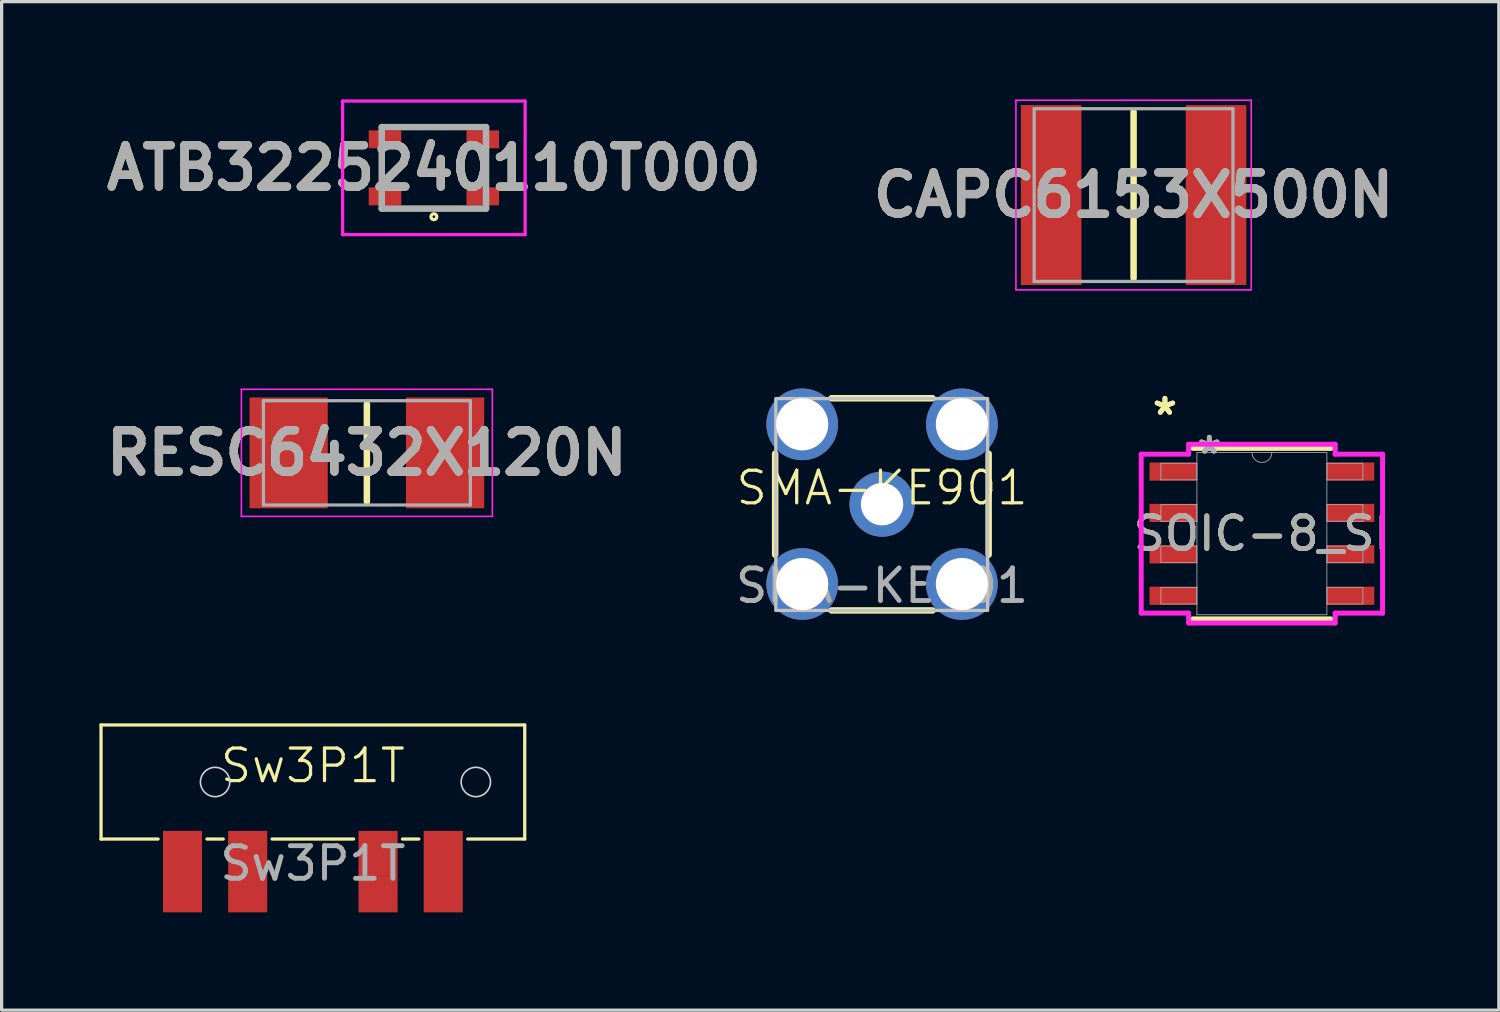
<source format=kicad_pcb>
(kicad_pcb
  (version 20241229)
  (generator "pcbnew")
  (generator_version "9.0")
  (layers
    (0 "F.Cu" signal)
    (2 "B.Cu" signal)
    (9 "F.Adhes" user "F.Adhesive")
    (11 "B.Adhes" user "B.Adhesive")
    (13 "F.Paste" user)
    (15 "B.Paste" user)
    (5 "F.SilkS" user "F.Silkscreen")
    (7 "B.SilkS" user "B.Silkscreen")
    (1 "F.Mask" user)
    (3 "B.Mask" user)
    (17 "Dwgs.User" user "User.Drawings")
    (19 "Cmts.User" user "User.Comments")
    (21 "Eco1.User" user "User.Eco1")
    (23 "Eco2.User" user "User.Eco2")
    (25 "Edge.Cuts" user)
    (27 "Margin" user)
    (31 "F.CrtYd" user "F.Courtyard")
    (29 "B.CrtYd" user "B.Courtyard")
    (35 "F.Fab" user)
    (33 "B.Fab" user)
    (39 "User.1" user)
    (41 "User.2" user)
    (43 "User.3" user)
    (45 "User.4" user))
  (footprint "RESC6432X120N"
    (layer "F.Cu")
    (at 8.207 10.845)
    (property "Reference" "RESC6432X120N" (at 0 0 0) (layer "F.SilkS") (effects (font (size 1.27 1.27) (thickness 0.254))))
    (attr smd)
    (fp_line (start 0 -1.5) (end 0 1.5) (stroke (width 0.2) (type solid)) (layer "F.SilkS"))
    (fp_line (start -3.85 -1.95) (end 3.85 -1.95) (stroke (width 0.05) (type solid)) (layer "F.CrtYd"))
    (fp_line (start -3.85 1.95) (end -3.85 -1.95) (stroke (width 0.05) (type solid)) (layer "F.CrtYd"))
    (fp_line (start 3.85 -1.95) (end 3.85 1.95) (stroke (width 0.05) (type solid)) (layer "F.CrtYd"))
    (fp_line (start 3.85 1.95) (end -3.85 1.95) (stroke (width 0.05) (type solid)) (layer "F.CrtYd"))
    (fp_line (start -3.175 -1.6) (end 3.175 -1.6) (stroke (width 0.1) (type solid)) (layer "F.Fab"))
    (fp_line (start -3.175 1.6) (end -3.175 -1.6) (stroke (width 0.1) (type solid)) (layer "F.Fab"))
    (fp_line (start 3.175 -1.6) (end 3.175 1.6) (stroke (width 0.1) (type solid)) (layer "F.Fab"))
    (fp_line (start 3.175 1.6) (end -3.175 1.6) (stroke (width 0.1) (type solid)) (layer "F.Fab"))
    (fp_text user "${REFERENCE}" (at 0 0 0) (layer "F.Fab") (effects (font (size 1.27 1.27) (thickness 0.254))))
    (pad "1" smd rect (at -2.4 0) (size 2.4 3.4) (layers "F.Cu" "F.Mask" "F.Paste"))
    (pad "2" smd rect (at 2.4 0) (size 2.4 3.4) (layers "F.Cu" "F.Mask" "F.Paste")))
  (footprint "Sw3P1T"
    (layer "F.Cu")
    (at 6.55 20.944)
    (property "Reference" "Sw3P1T" (at 0 -0.5 0) (unlocked yes) (layer "F.SilkS") (effects (font (size 1 1) (thickness 0.1))))
    (attr through_hole)
    (fp_line (start -6.5 -1.75) (end -6.5 1.75) (stroke (width 0.1) (type default)) (layer "F.SilkS"))
    (fp_line (start -4.75 1.75) (end -6.5 1.75) (stroke (width 0.1) (type default)) (layer "F.SilkS"))
    (fp_line (start -2.75 1.75) (end -3.25 1.75) (stroke (width 0.1) (type default)) (layer "F.SilkS"))
    (fp_line (start 1.25 1.75) (end -1.25 1.75) (stroke (width 0.1) (type default)) (layer "F.SilkS"))
    (fp_line (start 3.25 1.75) (end 2.75 1.75) (stroke (width 0.1) (type default)) (layer "F.SilkS"))
    (fp_line (start 6.5 -1.75) (end -6.5 -1.75) (stroke (width 0.1) (type default)) (layer "F.SilkS"))
    (fp_line (start 6.5 -1.75) (end 6.5 1.75) (stroke (width 0.1) (type default)) (layer "F.SilkS"))
    (fp_line (start 6.5 1.75) (end 4.75 1.75) (stroke (width 0.1) (type default)) (layer "F.SilkS"))
    (fp_circle (center -3 0) (end -2.55 0) (stroke (width 0.05) (type solid)) (fill no) (layer "Edge.Cuts"))
    (fp_circle (center 5 0) (end 5.45 0) (stroke (width 0.05) (type solid)) (fill no) (layer "Edge.Cuts"))
    (fp_text user "${REFERENCE}" (at 0 2.5 0) (unlocked yes) (layer "F.Fab") (effects (font (size 1 1) (thickness 0.15))))
    (pad "1" smd rect (at -4 2.75) (size 1.2 2.5) (layers "F.Cu" "F.Mask" "F.Paste"))
    (pad "2" smd rect (at -2 2.75) (size 1.2 2.5) (layers "F.Cu" "F.Mask" "F.Paste"))
    (pad "3" smd rect (at 2 2.75) (size 1.2 2.5) (layers "F.Cu" "F.Mask" "F.Paste"))
    (pad "4" smd rect (at 4 2.75) (size 1.2 2.5) (layers "F.Cu" "F.Mask" "F.Paste")))
  (footprint "CAPC6153X500N"
    (layer "F.Cu")
    (at 31.732 2.935)
    (property "Reference" "CAPC6153X500N" (at 0 0 0) (layer "F.SilkS") (effects (font (size 1.27 1.27) (thickness 0.254))))
    (attr smd)
    (fp_line (start 0 -2.55) (end 0 2.55) (stroke (width 0.2) (type solid)) (layer "F.SilkS"))
    (fp_line (start -3.61 -2.91) (end 3.61 -2.91) (stroke (width 0.05) (type solid)) (layer "F.CrtYd"))
    (fp_line (start -3.61 2.91) (end -3.61 -2.91) (stroke (width 0.05) (type solid)) (layer "F.CrtYd"))
    (fp_line (start 3.61 -2.91) (end 3.61 2.91) (stroke (width 0.05) (type solid)) (layer "F.CrtYd"))
    (fp_line (start 3.61 2.91) (end -3.61 2.91) (stroke (width 0.05) (type solid)) (layer "F.CrtYd"))
    (fp_line (start -3.05 -2.65) (end 3.05 -2.65) (stroke (width 0.1) (type solid)) (layer "F.Fab"))
    (fp_line (start -3.05 2.65) (end -3.05 -2.65) (stroke (width 0.1) (type solid)) (layer "F.Fab"))
    (fp_line (start 3.05 -2.65) (end 3.05 2.65) (stroke (width 0.1) (type solid)) (layer "F.Fab"))
    (fp_line (start 3.05 2.65) (end -3.05 2.65) (stroke (width 0.1) (type solid)) (layer "F.Fab"))
    (fp_text user "${REFERENCE}" (at 0 0 0) (layer "F.Fab") (effects (font (size 1.27 1.27) (thickness 0.254))))
    (pad "1" smd rect (at -2.53 0) (size 1.86 5.52) (layers "F.Cu" "F.Mask" "F.Paste"))
    (pad "2" smd rect (at 2.53 0) (size 1.86 5.52) (layers "F.Cu" "F.Mask" "F.Paste")))
  (footprint "ATB3225240110T000"
    (layer "F.Cu")
    (at 10.263 2.1)
    (property "Reference" "ATB3225240110T000" (at 0 0 0) (layer "F.SilkS") (effects (font (size 1.27 1.27) (thickness 0.254))))
    (attr smd)
    (fp_line (start -1.6 0.5) (end -1.6 -0.5) (stroke (width 0.1) (type solid)) (layer "F.SilkS"))
    (fp_line (start -0.5 -1.25) (end 0.5 -1.25) (stroke (width 0.1) (type solid)) (layer "F.SilkS"))
    (fp_line (start -0.5 1.25) (end 0.5 1.25) (stroke (width 0.1) (type solid)) (layer "F.SilkS"))
    (fp_line (start 1.6 0.5) (end 1.6 -0.5) (stroke (width 0.1) (type solid)) (layer "F.SilkS"))
    (fp_circle (center 0 1.5) (end 0.075 1.55) (stroke (width 0.1) (type default)) (fill no) (layer "F.SilkS"))
    (fp_line (start -2.8 -2.05) (end 2.8 -2.05) (stroke (width 0.1) (type solid)) (layer "F.CrtYd"))
    (fp_line (start -2.8 2.05) (end -2.8 -2.05) (stroke (width 0.1) (type solid)) (layer "F.CrtYd"))
    (fp_line (start 2.8 -2.05) (end 2.8 2.05) (stroke (width 0.1) (type solid)) (layer "F.CrtYd"))
    (fp_line (start 2.8 2.05) (end -2.8 2.05) (stroke (width 0.1) (type solid)) (layer "F.CrtYd"))
    (fp_line (start -1.6 -1.25) (end 1.6 -1.25) (stroke (width 0.2) (type solid)) (layer "F.Fab"))
    (fp_line (start -1.6 1.25) (end -1.6 -1.25) (stroke (width 0.2) (type solid)) (layer "F.Fab"))
    (fp_line (start 1.6 -1.25) (end 1.6 1.25) (stroke (width 0.2) (type solid)) (layer "F.Fab"))
    (fp_line (start 1.6 1.25) (end -1.6 1.25) (stroke (width 0.2) (type solid)) (layer "F.Fab"))
    (fp_text user "${REFERENCE}" (at 0 0 0) (layer "F.Fab") (effects (font (size 1.27 1.27) (thickness 0.254))))
    (pad "1" smd rect (at -1.5 0.875 90) (size 0.55 1) (layers "F.Cu" "F.Mask" "F.Paste"))
    (pad "2" smd rect (at -1.5 -0.875 90) (size 0.55 1) (layers "F.Cu" "F.Mask" "F.Paste"))
    (pad "3" smd rect (at 1.5 -0.875 90) (size 0.55 1) (layers "F.Cu" "F.Mask" "F.Paste"))
    (pad "4" smd rect (at 1.5 0.875 90) (size 0.55 1) (layers "F.Cu" "F.Mask" "F.Paste")))
  (footprint "SOIC-8_SI"
    (layer "F.Cu")
    (at 35.669 13.324)
    (property "Reference" "SOIC-8_SI" (at 0 0 0) (unlocked yes) (layer "F.SilkS") (effects (font (size 1 1) (thickness 0.15))))
    (attr smd)
    (fp_line (start -2.121 2.616) (end 2.121 2.616) (stroke (width 0.152) (type solid)) (layer "F.SilkS"))
    (fp_line (start 2.121 -2.616) (end -2.121 -2.616) (stroke (width 0.152) (type solid)) (layer "F.SilkS"))
    (fp_line (start -3.703 -2.438) (end -2.248 -2.438) (stroke (width 0.152) (type solid)) (layer "F.CrtYd"))
    (fp_line (start -3.703 2.438) (end -3.703 -2.438) (stroke (width 0.152) (type solid)) (layer "F.CrtYd"))
    (fp_line (start -3.703 2.438) (end -2.248 2.438) (stroke (width 0.152) (type solid)) (layer "F.CrtYd"))
    (fp_line (start -2.248 -2.743) (end 2.248 -2.743) (stroke (width 0.152) (type solid)) (layer "F.CrtYd"))
    (fp_line (start -2.248 -2.438) (end -2.248 -2.743) (stroke (width 0.152) (type solid)) (layer "F.CrtYd"))
    (fp_line (start -2.248 2.743) (end -2.248 2.438) (stroke (width 0.152) (type solid)) (layer "F.CrtYd"))
    (fp_line (start 2.248 -2.743) (end 2.248 -2.438) (stroke (width 0.152) (type solid)) (layer "F.CrtYd"))
    (fp_line (start 2.248 2.438) (end 2.248 2.743) (stroke (width 0.152) (type solid)) (layer "F.CrtYd"))
    (fp_line (start 2.248 2.743) (end -2.248 2.743) (stroke (width 0.152) (type solid)) (layer "F.CrtYd"))
    (fp_line (start 3.703 -2.438) (end 2.248 -2.438) (stroke (width 0.152) (type solid)) (layer "F.CrtYd"))
    (fp_line (start 3.703 -2.438) (end 3.703 2.438) (stroke (width 0.152) (type solid)) (layer "F.CrtYd"))
    (fp_line (start 3.703 2.438) (end 2.248 2.438) (stroke (width 0.152) (type solid)) (layer "F.CrtYd"))
    (fp_line (start -3.099 -2.159) (end -3.099 -1.651) (stroke (width 0.025) (type solid)) (layer "F.Fab"))
    (fp_line (start -3.099 -1.651) (end -1.994 -1.651) (stroke (width 0.025) (type solid)) (layer "F.Fab"))
    (fp_line (start -3.099 -0.889) (end -3.099 -0.381) (stroke (width 0.025) (type solid)) (layer "F.Fab"))
    (fp_line (start -3.099 -0.381) (end -1.994 -0.381) (stroke (width 0.025) (type solid)) (layer "F.Fab"))
    (fp_line (start -3.099 0.381) (end -3.099 0.889) (stroke (width 0.025) (type solid)) (layer "F.Fab"))
    (fp_line (start -3.099 0.889) (end -1.994 0.889) (stroke (width 0.025) (type solid)) (layer "F.Fab"))
    (fp_line (start -3.099 1.651) (end -3.099 2.159) (stroke (width 0.025) (type solid)) (layer "F.Fab"))
    (fp_line (start -3.099 2.159) (end -1.994 2.159) (stroke (width 0.025) (type solid)) (layer "F.Fab"))
    (fp_line (start -1.994 -2.489) (end -1.994 2.489) (stroke (width 0.025) (type solid)) (layer "F.Fab"))
    (fp_line (start -1.994 -2.159) (end -3.099 -2.159) (stroke (width 0.025) (type solid)) (layer "F.Fab"))
    (fp_line (start -1.994 -1.651) (end -1.994 -2.159) (stroke (width 0.025) (type solid)) (layer "F.Fab"))
    (fp_line (start -1.994 -0.889) (end -3.099 -0.889) (stroke (width 0.025) (type solid)) (layer "F.Fab"))
    (fp_line (start -1.994 -0.381) (end -1.994 -0.889) (stroke (width 0.025) (type solid)) (layer "F.Fab"))
    (fp_line (start -1.994 0.381) (end -3.099 0.381) (stroke (width 0.025) (type solid)) (layer "F.Fab"))
    (fp_line (start -1.994 0.889) (end -1.994 0.381) (stroke (width 0.025) (type solid)) (layer "F.Fab"))
    (fp_line (start -1.994 1.651) (end -3.099 1.651) (stroke (width 0.025) (type solid)) (layer "F.Fab"))
    (fp_line (start -1.994 2.159) (end -1.994 1.651) (stroke (width 0.025) (type solid)) (layer "F.Fab"))
    (fp_line (start -1.994 2.489) (end 1.994 2.489) (stroke (width 0.025) (type solid)) (layer "F.Fab"))
    (fp_line (start 1.994 -2.489) (end -1.994 -2.489) (stroke (width 0.025) (type solid)) (layer "F.Fab"))
    (fp_line (start 1.994 -2.159) (end 1.994 -1.651) (stroke (width 0.025) (type solid)) (layer "F.Fab"))
    (fp_line (start 1.994 -1.651) (end 3.099 -1.651) (stroke (width 0.025) (type solid)) (layer "F.Fab"))
    (fp_line (start 1.994 -0.889) (end 1.994 -0.381) (stroke (width 0.025) (type solid)) (layer "F.Fab"))
    (fp_line (start 1.994 -0.381) (end 3.099 -0.381) (stroke (width 0.025) (type solid)) (layer "F.Fab"))
    (fp_line (start 1.994 0.381) (end 1.994 0.889) (stroke (width 0.025) (type solid)) (layer "F.Fab"))
    (fp_line (start 1.994 0.889) (end 3.099 0.889) (stroke (width 0.025) (type solid)) (layer "F.Fab"))
    (fp_line (start 1.994 1.651) (end 1.994 2.159) (stroke (width 0.025) (type solid)) (layer "F.Fab"))
    (fp_line (start 1.994 2.159) (end 3.099 2.159) (stroke (width 0.025) (type solid)) (layer "F.Fab"))
    (fp_line (start 1.994 2.489) (end 1.994 -2.489) (stroke (width 0.025) (type solid)) (layer "F.Fab"))
    (fp_line (start 3.099 -2.159) (end 1.994 -2.159) (stroke (width 0.025) (type solid)) (layer "F.Fab"))
    (fp_line (start 3.099 -1.651) (end 3.099 -2.159) (stroke (width 0.025) (type solid)) (layer "F.Fab"))
    (fp_line (start 3.099 -0.889) (end 1.994 -0.889) (stroke (width 0.025) (type solid)) (layer "F.Fab"))
    (fp_line (start 3.099 -0.381) (end 3.099 -0.889) (stroke (width 0.025) (type solid)) (layer "F.Fab"))
    (fp_line (start 3.099 0.381) (end 1.994 0.381) (stroke (width 0.025) (type solid)) (layer "F.Fab"))
    (fp_line (start 3.099 0.889) (end 3.099 0.381) (stroke (width 0.025) (type solid)) (layer "F.Fab"))
    (fp_line (start 3.099 1.651) (end 1.994 1.651) (stroke (width 0.025) (type solid)) (layer "F.Fab"))
    (fp_line (start 3.099 2.159) (end 3.099 1.651) (stroke (width 0.025) (type solid)) (layer "F.Fab"))
    (fp_arc (start 0.3048 -2.4892) (mid 0 -2.1844) (end -0.3048 -2.4892) (stroke (width 0.0254) (type solid)) (layer "F.Fab"))
    (fp_text user "*" (at -2.975 -3.606 0) (unlocked yes) (layer "F.SilkS") (effects (font (size 1 1) (thickness 0.15))))
    (fp_text user "*" (at -2.975 -3.606 0) (layer "F.SilkS") (effects (font (size 1 1) (thickness 0.15))))
    (fp_text user "*" (at -1.613 -2.413 0) (unlocked yes) (layer "F.Fab") (effects (font (size 1 1) (thickness 0.15))))
    (fp_text user "${REFERENCE}" (at 0 0 0) (unlocked yes) (layer "F.Fab") (effects (font (size 1 1) (thickness 0.15))))
    (fp_text user "*" (at -1.613 -2.413 0) (layer "F.Fab") (effects (font (size 1 1) (thickness 0.15))))
    (pad "1" smd rect (at -2.721 -1.905) (size 1.455 0.558) (layers "F.Cu" "F.Mask" "F.Paste"))
    (pad "2" smd rect (at -2.721 -0.635) (size 1.455 0.558) (layers "F.Cu" "F.Mask" "F.Paste"))
    (pad "3" smd rect (at -2.721 0.635) (size 1.455 0.558) (layers "F.Cu" "F.Mask" "F.Paste"))
    (pad "4" smd rect (at -2.721 1.905) (size 1.455 0.558) (layers "F.Cu" "F.Mask" "F.Paste"))
    (pad "5" smd rect (at 2.721 1.905) (size 1.455 0.558) (layers "F.Cu" "F.Mask" "F.Paste"))
    (pad "6" smd rect (at 2.721 0.635) (size 1.455 0.558) (layers "F.Cu" "F.Mask" "F.Paste"))
    (pad "7" smd rect (at 2.721 -0.635) (size 1.455 0.558) (layers "F.Cu" "F.Mask" "F.Paste"))
    (pad "8" smd rect (at 2.721 -1.905) (size 1.455 0.558) (layers "F.Cu" "F.Mask" "F.Paste")))
  (footprint "SMA-KE901"
    (layer "F.Cu")
    (at 24.014 12.42)
    (property "Reference" "SMA-KE901" (at 0 -0.5 0) (unlocked yes) (layer "F.SilkS") (effects (font (size 1 1) (thickness 0.1))))
    (attr through_hole)
    (fp_line (start -3.28 1.55) (end -3.28 -1.55) (stroke (width 0.2) (type default)) (layer "F.SilkS"))
    (fp_line (start -1.55 -3.25) (end 1.55 -3.25) (stroke (width 0.2) (type default)) (layer "F.SilkS"))
    (fp_line (start -1.55 3.26) (end 1.55 3.26) (stroke (width 0.2) (type default)) (layer "F.SilkS"))
    (fp_line (start 3.27 1.55) (end 3.27 -1.55) (stroke (width 0.2) (type default)) (layer "F.SilkS"))
    (fp_rect (start -3.26 -3.24) (end 3.24 3.26) (stroke (width 0.1) (type default)) (fill no) (layer "Dwgs.User"))
    (fp_text user "${REFERENCE}" (at 0 2.5 0) (unlocked yes) (layer "F.Fab") (effects (font (size 1 1) (thickness 0.15))))
    (pad "1" thru_hole circle (at 0 0) (size 1.999 1.999) (drill 1.3) (layers "*.Cu" "*.Mask"))
    (pad "2" thru_hole circle (at -2.45 -2.45) (size 2.2 2.2) (drill 1.6) (layers "*.Cu" "*.Mask"))
    (pad "3" thru_hole circle (at 2.45 -2.45) (size 2.2 2.2) (drill 1.6) (layers "*.Cu" "*.Mask"))
    (pad "4" thru_hole circle (at 2.45 2.45) (size 2.2 2.2) (drill 1.6) (layers "*.Cu" "*.Mask"))
    (pad "5" thru_hole circle (at -2.45 2.45) (size 2.2 2.2) (drill 1.6) (layers "*.Cu" "*.Mask")))
  (gr_rect
    (start -3 -3)
    (end 42.939 27.944)
    (stroke (width 0.1) (type default))
    (fill no)
    (layer "Edge.Cuts")))
</source>
